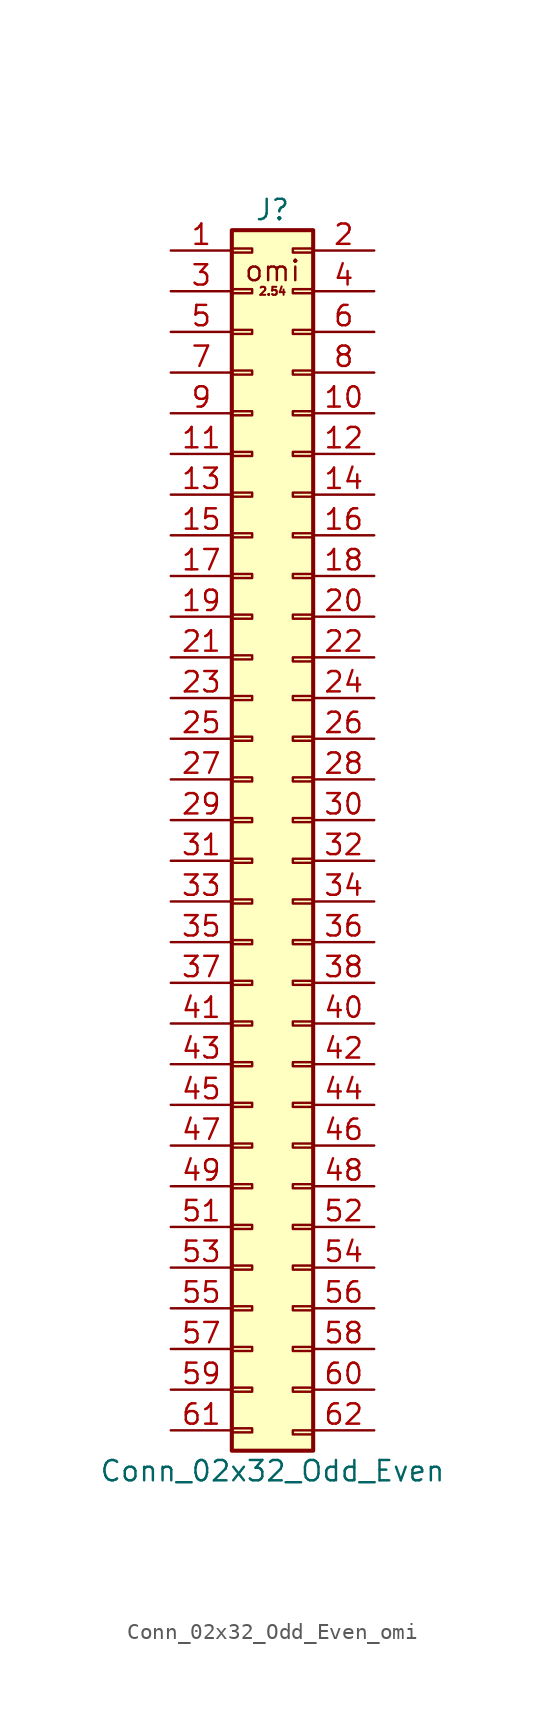
<source format=kicad_sym>
(kicad_symbol_lib
  (version 20220914)
  (generator kicad_symbol_editor)
  (symbol "Conn_02x32_Odd_Even_omi"
    (pin_names
      (offset 1.016) hide)
    (property "Reference" "J"
      (at 1.27 60.96 0)
      (effects (font (size 1.27 1.27))))
    (property "Value" "Conn_02x32_Odd_Even"
      (at 1.27 -17.78 0)
      (effects (font (size 1.27 1.27))))
    (symbol "Conn_02x32_Odd_Even_omi_1_1"
      (rectangle (start -1.27 -15.113) (end 0 -15.367) (stroke (width 0.152) (type default)) (fill (type none)))
      (rectangle (start -1.27 -12.573) (end 0 -12.827) (stroke (width 0.152) (type default)) (fill (type none)))
      (rectangle (start -1.27 -10.033) (end 0 -10.287) (stroke (width 0.152) (type default)) (fill (type none)))
      (rectangle (start -1.27 -7.493) (end 0 -7.747) (stroke (width 0.152) (type default)) (fill (type none)))
      (rectangle (start -1.27 -4.953) (end 0 -5.207) (stroke (width 0.152) (type default)) (fill (type none)))
      (rectangle (start -1.27 -2.413) (end 0 -2.667) (stroke (width 0.152) (type default)) (fill (type none)))
      (rectangle (start -1.27 0.127) (end 0 -0.127) (stroke (width 0.152) (type default)) (fill (type none)))
      (rectangle (start -1.27 2.667) (end 0 2.413) (stroke (width 0.152) (type default)) (fill (type none)))
      (rectangle (start -1.27 5.207) (end 0 4.953) (stroke (width 0.152) (type default)) (fill (type none)))
      (rectangle (start -1.27 7.747) (end 0 7.493) (stroke (width 0.152) (type default)) (fill (type none)))
      (rectangle (start -1.27 10.287) (end 0 10.033) (stroke (width 0.152) (type default)) (fill (type none)))
      (rectangle (start -1.27 12.827) (end 0 12.573) (stroke (width 0.152) (type default)) (fill (type none)))
      (rectangle (start -1.27 15.367) (end 0 15.113) (stroke (width 0.152) (type default)) (fill (type none)))
      (rectangle (start -1.27 17.907) (end 0 17.653) (stroke (width 0.152) (type default)) (fill (type none)))
      (rectangle (start -1.27 20.447) (end 0 20.193) (stroke (width 0.152) (type default)) (fill (type none)))
      (rectangle (start -1.27 22.987) (end 0 22.733) (stroke (width 0.152) (type default)) (fill (type none)))
      (rectangle (start -1.27 25.527) (end 0 25.273) (stroke (width 0.152) (type default)) (fill (type none)))
      (rectangle (start -1.27 28.067) (end 0 27.813) (stroke (width 0.152) (type default)) (fill (type none)))
      (rectangle (start -1.27 30.607) (end 0 30.353) (stroke (width 0.152) (type default)) (fill (type none)))
      (rectangle (start -1.27 33.147) (end 0 32.893) (stroke (width 0.152) (type default)) (fill (type none)))
      (rectangle (start -1.27 35.687) (end 0 35.433) (stroke (width 0.152) (type default)) (fill (type none)))
      (rectangle (start -1.27 38.227) (end 0 37.973) (stroke (width 0.152) (type default)) (fill (type none)))
      (rectangle (start -1.27 40.767) (end 0 40.513) (stroke (width 0.152) (type default)) (fill (type none)))
      (rectangle (start -1.27 43.307) (end 0 43.053) (stroke (width 0.152) (type default)) (fill (type none)))
      (rectangle (start -1.27 45.847) (end 0 45.593) (stroke (width 0.152) (type default)) (fill (type none)))
      (rectangle (start -1.27 48.387) (end 0 48.133) (stroke (width 0.152) (type default)) (fill (type none)))
      (rectangle (start -1.27 50.927) (end 0 50.673) (stroke (width 0.152) (type default)) (fill (type none)))
      (rectangle (start -1.27 53.467) (end 0 53.213) (stroke (width 0.152) (type default)) (fill (type none)))
      (rectangle (start -1.27 56.007) (end 0 55.753) (stroke (width 0.152) (type default)) (fill (type none)))
      (rectangle (start -1.27 58.547) (end 0 58.293) (stroke (width 0.152) (type default)) (fill (type none)))
      (rectangle (start -1.27 59.69) (end 3.81 -16.51) (stroke (width 0.254) (type default)) (fill (type background)))
      (rectangle (start 2.54 -15.24) (end 3.81 -15.494) (stroke (width 0.152) (type default)) (fill (type none)))
      (rectangle (start 2.54 -12.573) (end 3.81 -12.827) (stroke (width 0.152) (type default)) (fill (type none)))
      (rectangle (start 2.54 33.02) (end 3.81 32.766) (stroke (width 0.152) (type default)) (fill (type none)))
      (rectangle (start 2.54 35.687) (end 3.81 35.433) (stroke (width 0.152) (type default)) (fill (type none)))
      (rectangle (start 3.81 -10.033) (end 2.54 -10.287) (stroke (width 0.152) (type default)) (fill (type none)))
      (rectangle (start 3.81 -7.493) (end 2.54 -7.747) (stroke (width 0.152) (type default)) (fill (type none)))
      (rectangle (start 3.81 -4.953) (end 2.54 -5.207) (stroke (width 0.152) (type default)) (fill (type none)))
      (rectangle (start 3.81 -2.413) (end 2.54 -2.667) (stroke (width 0.152) (type default)) (fill (type none)))
      (rectangle (start 3.81 0.127) (end 2.54 -0.127) (stroke (width 0.152) (type default)) (fill (type none)))
      (rectangle (start 3.81 2.667) (end 2.54 2.413) (stroke (width 0.152) (type default)) (fill (type none)))
      (rectangle (start 3.81 5.207) (end 2.54 4.953) (stroke (width 0.152) (type default)) (fill (type none)))
      (rectangle (start 3.81 7.747) (end 2.54 7.493) (stroke (width 0.152) (type default)) (fill (type none)))
      (rectangle (start 3.81 10.287) (end 2.54 10.033) (stroke (width 0.152) (type default)) (fill (type none)))
      (rectangle (start 3.81 12.827) (end 2.54 12.573) (stroke (width 0.152) (type default)) (fill (type none)))
      (rectangle (start 3.81 15.367) (end 2.54 15.113) (stroke (width 0.152) (type default)) (fill (type none)))
      (rectangle (start 3.81 17.907) (end 2.54 17.653) (stroke (width 0.152) (type default)) (fill (type none)))
      (rectangle (start 3.81 20.447) (end 2.54 20.193) (stroke (width 0.152) (type default)) (fill (type none)))
      (rectangle (start 3.81 22.987) (end 2.54 22.733) (stroke (width 0.152) (type default)) (fill (type none)))
      (rectangle (start 3.81 25.527) (end 2.54 25.273) (stroke (width 0.152) (type default)) (fill (type none)))
      (rectangle (start 3.81 28.067) (end 2.54 27.813) (stroke (width 0.152) (type default)) (fill (type none)))
      (rectangle (start 3.81 30.607) (end 2.54 30.353) (stroke (width 0.152) (type default)) (fill (type none)))
      (rectangle (start 3.81 38.227) (end 2.54 37.973) (stroke (width 0.152) (type default)) (fill (type none)))
      (rectangle (start 3.81 40.767) (end 2.54 40.513) (stroke (width 0.152) (type default)) (fill (type none)))
      (rectangle (start 3.81 43.307) (end 2.54 43.053) (stroke (width 0.152) (type default)) (fill (type none)))
      (rectangle (start 3.81 45.847) (end 2.54 45.593) (stroke (width 0.152) (type default)) (fill (type none)))
      (rectangle (start 3.81 48.387) (end 2.54 48.133) (stroke (width 0.152) (type default)) (fill (type none)))
      (rectangle (start 3.81 50.927) (end 2.54 50.673) (stroke (width 0.152) (type default)) (fill (type none)))
      (rectangle (start 3.81 53.467) (end 2.54 53.213) (stroke (width 0.152) (type default)) (fill (type none)))
      (rectangle (start 3.81 56.007) (end 2.54 55.753) (stroke (width 0.152) (type default)) (fill (type none)))
      (rectangle (start 3.81 58.547) (end 2.54 58.293) (stroke (width 0.152) (type default)) (fill (type none)))
      (text "2.54" (at 1.27 55.88 0) (effects (font (size 0.5 0.5))))
      (text "omi" (at 1.27 57.15 0) (effects (font (size 1.27 1.27))))
      (pin passive line (at -5.08 58.42 0) (length 3.81) (name "Pin_1" (effects (font (size 1.27 1.27)))) (number "1" (effects (font (size 1.27 1.27)))))
      (pin passive line (at 7.62 48.26 180) (length 3.81) (name "Pin_10" (effects (font (size 1.27 1.27)))) (number "10" (effects (font (size 1.27 1.27)))))
      (pin passive line (at -5.08 45.72 0) (length 3.81) (name "Pin_11" (effects (font (size 1.27 1.27)))) (number "11" (effects (font (size 1.27 1.27)))))
      (pin passive line (at 7.62 45.72 180) (length 3.81) (name "Pin_12" (effects (font (size 1.27 1.27)))) (number "12" (effects (font (size 1.27 1.27)))))
      (pin passive line (at -5.08 43.18 0) (length 3.81) (name "Pin_13" (effects (font (size 1.27 1.27)))) (number "13" (effects (font (size 1.27 1.27)))))
      (pin passive line (at 7.62 43.18 180) (length 3.81) (name "Pin_14" (effects (font (size 1.27 1.27)))) (number "14" (effects (font (size 1.27 1.27)))))
      (pin passive line (at -5.08 40.64 0) (length 3.81) (name "Pin_15" (effects (font (size 1.27 1.27)))) (number "15" (effects (font (size 1.27 1.27)))))
      (pin passive line (at 7.62 40.64 180) (length 3.81) (name "Pin_16" (effects (font (size 1.27 1.27)))) (number "16" (effects (font (size 1.27 1.27)))))
      (pin passive line (at -5.08 38.1 0) (length 3.81) (name "Pin_17" (effects (font (size 1.27 1.27)))) (number "17" (effects (font (size 1.27 1.27)))))
      (pin passive line (at 7.62 38.1 180) (length 3.81) (name "Pin_18" (effects (font (size 1.27 1.27)))) (number "18" (effects (font (size 1.27 1.27)))))
      (pin passive line (at -5.08 35.56 0) (length 3.81) (name "Pin_19" (effects (font (size 1.27 1.27)))) (number "19" (effects (font (size 1.27 1.27)))))
      (pin passive line (at 7.62 58.42 180) (length 3.81) (name "Pin_2" (effects (font (size 1.27 1.27)))) (number "2" (effects (font (size 1.27 1.27)))))
      (pin passive line (at 7.62 35.56 180) (length 3.81) (name "Pin_20" (effects (font (size 1.27 1.27)))) (number "20" (effects (font (size 1.27 1.27)))))
      (pin passive line (at -5.08 33.02 0) (length 3.81) (name "Pin_21" (effects (font (size 1.27 1.27)))) (number "21" (effects (font (size 1.27 1.27)))))
      (pin passive line (at 7.62 33.02 180) (length 3.81) (name "Pin22" (effects (font (size 1.27 1.27)))) (number "22" (effects (font (size 1.27 1.27)))))
      (pin passive line (at -5.08 30.48 0) (length 3.81) (name "Pin_23" (effects (font (size 1.27 1.27)))) (number "23" (effects (font (size 1.27 1.27)))))
      (pin passive line (at 7.62 30.48 180) (length 3.81) (name "Pin_24" (effects (font (size 1.27 1.27)))) (number "24" (effects (font (size 1.27 1.27)))))
      (pin passive line (at -5.08 27.94 0) (length 3.81) (name "Pin_25" (effects (font (size 1.27 1.27)))) (number "25" (effects (font (size 1.27 1.27)))))
      (pin passive line (at 7.62 27.94 180) (length 3.81) (name "Pin_26" (effects (font (size 1.27 1.27)))) (number "26" (effects (font (size 1.27 1.27)))))
      (pin passive line (at -5.08 25.4 0) (length 3.81) (name "Pin_27" (effects (font (size 1.27 1.27)))) (number "27" (effects (font (size 1.27 1.27)))))
      (pin passive line (at 7.62 25.4 180) (length 3.81) (name "Pin_28" (effects (font (size 1.27 1.27)))) (number "28" (effects (font (size 1.27 1.27)))))
      (pin passive line (at -5.08 22.86 0) (length 3.81) (name "Pin_29" (effects (font (size 1.27 1.27)))) (number "29" (effects (font (size 1.27 1.27)))))
      (pin passive line (at -5.08 55.88 0) (length 3.81) (name "Pin_3" (effects (font (size 1.27 1.27)))) (number "3" (effects (font (size 1.27 1.27)))))
      (pin passive line (at 7.62 22.86 180) (length 3.81) (name "Pin_30" (effects (font (size 1.27 1.27)))) (number "30" (effects (font (size 1.27 1.27)))))
      (pin passive line (at -5.08 20.32 0) (length 3.81) (name "Pin_31" (effects (font (size 1.27 1.27)))) (number "31" (effects (font (size 1.27 1.27)))))
      (pin passive line (at 7.62 20.32 180) (length 3.81) (name "Pin_32" (effects (font (size 1.27 1.27)))) (number "32" (effects (font (size 1.27 1.27)))))
      (pin passive line (at -5.08 17.78 0) (length 3.81) (name "Pin_33" (effects (font (size 1.27 1.27)))) (number "33" (effects (font (size 1.27 1.27)))))
      (pin passive line (at 7.62 17.78 180) (length 3.81) (name "Pin_34" (effects (font (size 1.27 1.27)))) (number "34" (effects (font (size 1.27 1.27)))))
      (pin passive line (at -5.08 15.24 0) (length 3.81) (name "Pin_35" (effects (font (size 1.27 1.27)))) (number "35" (effects (font (size 1.27 1.27)))))
      (pin passive line (at 7.62 15.24 180) (length 3.81) (name "Pin_36" (effects (font (size 1.27 1.27)))) (number "36" (effects (font (size 1.27 1.27)))))
      (pin passive line (at -5.08 12.7 0) (length 3.81) (name "Pin_37" (effects (font (size 1.27 1.27)))) (number "37" (effects (font (size 1.27 1.27)))))
      (pin passive line (at 7.62 12.7 180) (length 3.81) (name "Pin_38" (effects (font (size 1.27 1.27)))) (number "38" (effects (font (size 1.27 1.27)))))
      (pin passive line (at 7.62 55.88 180) (length 3.81) (name "Pin_4" (effects (font (size 1.27 1.27)))) (number "4" (effects (font (size 1.27 1.27)))))
      (pin passive line (at 7.62 10.16 180) (length 3.81) (name "Pin_40" (effects (font (size 1.27 1.27)))) (number "40" (effects (font (size 1.27 1.27)))))
      (pin passive line (at -5.08 10.16 0) (length 3.81) (name "Pin_41" (effects (font (size 1.27 1.27)))) (number "41" (effects (font (size 1.27 1.27)))))
      (pin passive line (at 7.62 7.62 180) (length 3.81) (name "Pin_42" (effects (font (size 1.27 1.27)))) (number "42" (effects (font (size 1.27 1.27)))))
      (pin passive line (at -5.08 7.62 0) (length 3.81) (name "Pin_43" (effects (font (size 1.27 1.27)))) (number "43" (effects (font (size 1.27 1.27)))))
      (pin passive line (at 7.62 5.08 180) (length 3.81) (name "Pin_44" (effects (font (size 1.27 1.27)))) (number "44" (effects (font (size 1.27 1.27)))))
      (pin passive line (at -5.08 5.08 0) (length 3.81) (name "Pin_45" (effects (font (size 1.27 1.27)))) (number "45" (effects (font (size 1.27 1.27)))))
      (pin passive line (at 7.62 2.54 180) (length 3.81) (name "Pin_46" (effects (font (size 1.27 1.27)))) (number "46" (effects (font (size 1.27 1.27)))))
      (pin passive line (at -5.08 2.54 0) (length 3.81) (name "Pin_47" (effects (font (size 1.27 1.27)))) (number "47" (effects (font (size 1.27 1.27)))))
      (pin passive line (at 7.62 0 180) (length 3.81) (name "Pin_48" (effects (font (size 1.27 1.27)))) (number "48" (effects (font (size 1.27 1.27)))))
      (pin passive line (at -5.08 0 0) (length 3.81) (name "Pin_49" (effects (font (size 1.27 1.27)))) (number "49" (effects (font (size 1.27 1.27)))))
      (pin passive line (at -5.08 53.34 0) (length 3.81) (name "Pin_5" (effects (font (size 1.27 1.27)))) (number "5" (effects (font (size 1.27 1.27)))))
      (pin passive line (at -5.08 -2.54 0) (length 3.81) (name "Pin_51" (effects (font (size 1.27 1.27)))) (number "51" (effects (font (size 1.27 1.27)))))
      (pin passive line (at 7.62 -2.54 180) (length 3.81) (name "Pin_52" (effects (font (size 1.27 1.27)))) (number "52" (effects (font (size 1.27 1.27)))))
      (pin passive line (at -5.08 -5.08 0) (length 3.81) (name "Pin_53" (effects (font (size 1.27 1.27)))) (number "53" (effects (font (size 1.27 1.27)))))
      (pin passive line (at 7.62 -5.08 180) (length 3.81) (name "Pin_54" (effects (font (size 1.27 1.27)))) (number "54" (effects (font (size 1.27 1.27)))))
      (pin passive line (at -5.08 -7.62 0) (length 3.81) (name "Pin_55" (effects (font (size 1.27 1.27)))) (number "55" (effects (font (size 1.27 1.27)))))
      (pin passive line (at 7.62 -7.62 180) (length 3.81) (name "Pin_56" (effects (font (size 1.27 1.27)))) (number "56" (effects (font (size 1.27 1.27)))))
      (pin passive line (at -5.08 -10.16 0) (length 3.81) (name "Pin_57" (effects (font (size 1.27 1.27)))) (number "57" (effects (font (size 1.27 1.27)))))
      (pin passive line (at 7.62 -10.16 180) (length 3.81) (name "Pin_58" (effects (font (size 1.27 1.27)))) (number "58" (effects (font (size 1.27 1.27)))))
      (pin passive line (at -5.08 -12.7 0) (length 3.81) (name "Pin_59" (effects (font (size 1.27 1.27)))) (number "59" (effects (font (size 1.27 1.27)))))
      (pin passive line (at 7.62 53.34 180) (length 3.81) (name "Pin_6" (effects (font (size 1.27 1.27)))) (number "6" (effects (font (size 1.27 1.27)))))
      (pin passive line (at 7.62 -12.7 180) (length 3.81) (name "Pin_60" (effects (font (size 1.27 1.27)))) (number "60" (effects (font (size 1.27 1.27)))))
      (pin passive line (at -5.08 -15.24 0) (length 3.81) (name "Pin_61" (effects (font (size 1.27 1.27)))) (number "61" (effects (font (size 1.27 1.27)))))
      (pin passive line (at 7.62 -15.24 180) (length 3.81) (name "Pin_62" (effects (font (size 1.27 1.27)))) (number "62" (effects (font (size 1.27 1.27)))))
      (pin passive line (at -5.08 50.8 0) (length 3.81) (name "Pin_7" (effects (font (size 1.27 1.27)))) (number "7" (effects (font (size 1.27 1.27)))))
      (pin passive line (at 7.62 50.8 180) (length 3.81) (name "Pin_8" (effects (font (size 1.27 1.27)))) (number "8" (effects (font (size 1.27 1.27)))))
      (pin passive line (at -5.08 48.26 0) (length 3.81) (name "Pin_9" (effects (font (size 1.27 1.27)))) (number "9" (effects (font (size 1.27 1.27))))))))
</source>
